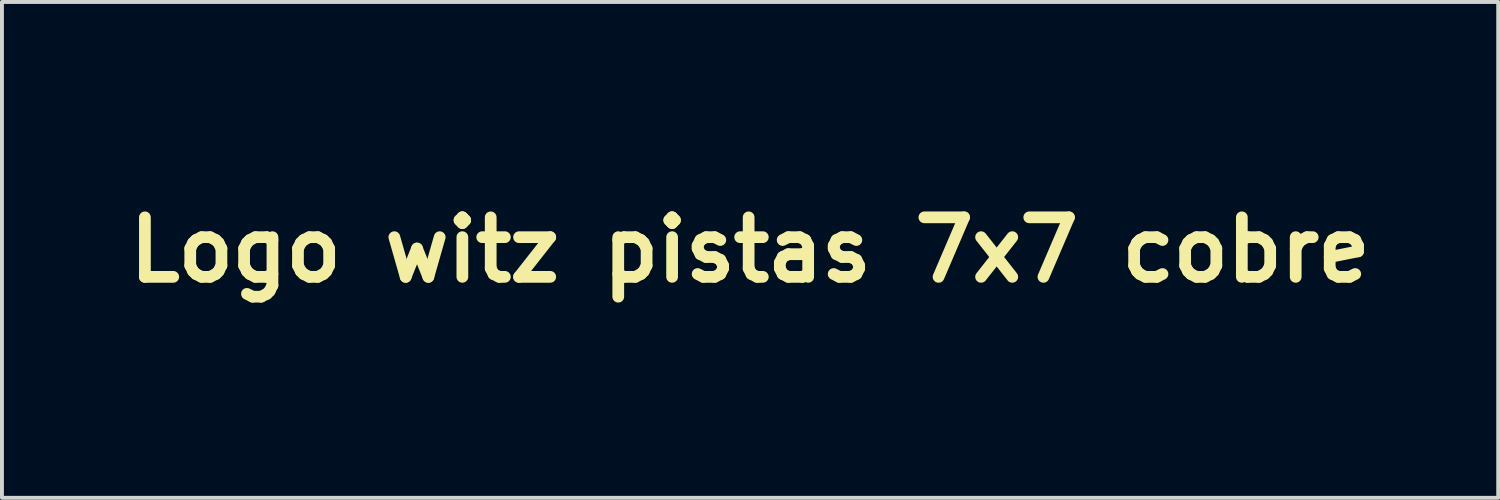
<source format=kicad_pcb>
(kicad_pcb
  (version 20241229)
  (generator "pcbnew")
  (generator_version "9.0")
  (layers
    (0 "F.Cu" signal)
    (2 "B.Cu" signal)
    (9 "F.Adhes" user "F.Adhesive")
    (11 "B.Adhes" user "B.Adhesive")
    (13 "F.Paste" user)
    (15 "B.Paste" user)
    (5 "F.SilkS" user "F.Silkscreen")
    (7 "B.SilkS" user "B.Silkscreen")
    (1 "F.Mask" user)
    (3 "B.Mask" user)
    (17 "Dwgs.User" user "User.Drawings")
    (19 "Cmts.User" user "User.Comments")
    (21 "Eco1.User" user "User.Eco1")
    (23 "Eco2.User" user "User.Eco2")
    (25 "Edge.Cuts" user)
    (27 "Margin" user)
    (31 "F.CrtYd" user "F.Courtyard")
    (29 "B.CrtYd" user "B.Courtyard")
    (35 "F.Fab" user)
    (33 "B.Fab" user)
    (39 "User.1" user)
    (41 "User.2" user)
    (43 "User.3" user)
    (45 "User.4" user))
  (footprint "Logo witz pistas 7x7 cobre"
    (layer "F.Cu")
    (at 16.154 3.349)
    (property "Reference" "Logo witz pistas 7x7 cobre" (at 0 0 0) (layer "F.SilkS") (effects (font (size 1.524 1.524) (thickness 0.3))))
    (attr through_hole)
    (fp_poly (pts (xy 1.618 -2.241) (xy 1.689 -2.232) (xy 1.754 -2.212) (xy 1.827 -2.18) (xy 1.92 -2.131) (xy 1.987 -2.087) (xy 2.043 -2.036) (xy 2.101 -1.968) (xy 2.108 -1.958) (xy 2.188 -1.822) (xy 2.236 -1.668) (xy 2.252 -1.506) (xy 2.237 -1.342) (xy 2.191 -1.187) (xy 2.115 -1.049) (xy 2.068 -0.992) (xy 1.951 -0.885) (xy 1.826 -0.814) (xy 1.686 -0.776) (xy 1.522 -0.767) (xy 1.488 -0.768) (xy 1.395 -0.774) (xy 1.312 -0.783) (xy 1.253 -0.791) (xy 1.241 -0.794) (xy 1.228 -0.796) (xy 1.213 -0.794) (xy 1.194 -0.786) (xy 1.169 -0.77) (xy 1.135 -0.744) (xy 1.091 -0.706) (xy 1.033 -0.653) (xy 0.96 -0.583) (xy 0.869 -0.495) (xy 0.759 -0.386) (xy 0.626 -0.255) (xy 0.469 -0.099) (xy 0.286 0.085) (xy 0.192 0.179) (xy -0.008 0.378) (xy -0.179 0.55) (xy -0.324 0.696) (xy -0.445 0.819) (xy -0.544 0.921) (xy -0.623 1.004) (xy -0.683 1.07) (xy -0.728 1.121) (xy -0.759 1.159) (xy -0.778 1.187) (xy -0.787 1.206) (xy -0.788 1.219) (xy -0.773 1.263) (xy -0.759 1.282) (xy -0.75 1.309) (xy -0.744 1.366) (xy -0.741 1.443) (xy -0.742 1.529) (xy -0.747 1.613) (xy -0.754 1.684) (xy -0.765 1.729) (xy -0.803 1.82) (xy -0.832 1.881) (xy -0.848 1.905) (xy -0.866 1.928) (xy -0.898 1.971) (xy -0.909 1.986) (xy -0.965 2.046) (xy -1.048 2.111) (xy -1.144 2.169) (xy -1.24 2.214) (xy -1.249 2.217) (xy -1.321 2.232) (xy -1.419 2.239) (xy -1.527 2.239) (xy -1.63 2.231) (xy -1.713 2.216) (xy -1.736 2.209) (xy -1.795 2.186) (xy -1.843 2.168) (xy -1.847 2.167) (xy -1.878 2.149) (xy -1.884 2.139) (xy -1.901 2.12) (xy -1.934 2.101) (xy -1.991 2.059) (xy -2.054 1.99) (xy -2.115 1.905) (xy -2.165 1.814) (xy -2.181 1.775) (xy -2.215 1.635) (xy -2.224 1.494) (xy -1.723 1.494) (xy -1.706 1.59) (xy -1.653 1.665) (xy -1.579 1.714) (xy -1.502 1.742) (xy -1.436 1.738) (xy -1.363 1.701) (xy -1.355 1.696) (xy -1.31 1.652) (xy -1.269 1.592) (xy -1.263 1.58) (xy -1.239 1.492) (xy -1.257 1.407) (xy -1.317 1.327) (xy -1.322 1.322) (xy -1.401 1.273) (xy -1.488 1.259) (xy -1.572 1.277) (xy -1.645 1.321) (xy -1.698 1.389) (xy -1.722 1.477) (xy -1.723 1.494) (xy -2.224 1.494) (xy -2.225 1.482) (xy -2.21 1.331) (xy -2.171 1.197) (xy -2.169 1.191) (xy -2.081 1.043) (xy -1.96 0.92) (xy -1.81 0.826) (xy -1.799 0.821) (xy -1.717 0.787) (xy -1.644 0.767) (xy -1.563 0.758) (xy -1.491 0.757) (xy -1.405 0.759) (xy -1.33 0.767) (xy -1.281 0.778) (xy -1.276 0.78) (xy -1.224 0.8) (xy -1.192 0.804) (xy -1.17 0.79) (xy -1.12 0.747) (xy -1.045 0.677) (xy -0.946 0.584) (xy -0.825 0.468) (xy -0.685 0.331) (xy -0.528 0.176) (xy -0.354 0.004) (xy -0.167 -0.182) (xy -0.161 -0.188) (xy 0.831 -1.181) (xy 0.797 -1.282) (xy 0.775 -1.373) (xy 0.765 -1.477) (xy 1.27 -1.477) (xy 1.297 -1.397) (xy 1.35 -1.326) (xy 1.42 -1.274) (xy 1.5 -1.25) (xy 1.51 -1.249) (xy 1.555 -1.258) (xy 1.613 -1.279) (xy 1.62 -1.282) (xy 1.689 -1.335) (xy 1.733 -1.411) (xy 1.751 -1.496) (xy 1.74 -1.581) (xy 1.697 -1.653) (xy 1.689 -1.661) (xy 1.601 -1.723) (xy 1.515 -1.744) (xy 1.438 -1.728) (xy 1.351 -1.676) (xy 1.295 -1.601) (xy 1.276 -1.555) (xy 1.27 -1.477) (xy 0.765 -1.477) (xy 0.764 -1.48) (xy 0.764 -1.586) (xy 0.776 -1.675) (xy 0.786 -1.708) (xy 0.86 -1.869) (xy 0.941 -1.992) (xy 1.031 -2.083) (xy 1.101 -2.129) (xy 1.15 -2.157) (xy 1.182 -2.177) (xy 1.185 -2.18) (xy 1.23 -2.205) (xy 1.307 -2.225) (xy 1.406 -2.238) (xy 1.516 -2.244) (xy 1.522 -2.244) (xy 1.618 -2.241)) (stroke (width 0.01) (type solid)) (fill yes) (layer "F.Mask"))
    (fp_poly (pts (xy 0.42 -3.344) (xy 0.79 -3.344) (xy 1.121 -3.344) (xy 1.417 -3.344) (xy 1.679 -3.344) (xy 1.909 -3.343) (xy 2.11 -3.342) (xy 2.284 -3.341) (xy 2.432 -3.34) (xy 2.557 -3.339) (xy 2.662 -3.337) (xy 2.747 -3.335) (xy 2.817 -3.333) (xy 2.871 -3.33) (xy 2.914 -3.326) (xy 2.946 -3.323) (xy 2.97 -3.318) (xy 2.988 -3.313) (xy 3.003 -3.308) (xy 3.016 -3.302) (xy 3.017 -3.302) (xy 3.133 -3.226) (xy 3.233 -3.122) (xy 3.301 -3.014) (xy 3.307 -3) (xy 3.313 -2.986) (xy 3.318 -2.969) (xy 3.322 -2.946) (xy 3.326 -2.917) (xy 3.329 -2.878) (xy 3.332 -2.827) (xy 3.335 -2.763) (xy 3.337 -2.682) (xy 3.338 -2.584) (xy 3.34 -2.466) (xy 3.341 -2.326) (xy 3.341 -2.161) (xy 3.342 -1.969) (xy 3.342 -1.749) (xy 3.342 -1.499) (xy 3.341 -1.215) (xy 3.341 -0.896) (xy 3.34 -0.54) (xy 3.34 -0.145) (xy 3.339 0.029) (xy 3.334 2.979) (xy 3.262 3.084) (xy 3.2 3.159) (xy 3.124 3.231) (xy 3.084 3.262) (xy 2.979 3.334) (xy 0.034 3.339) (xy -0.377 3.34) (xy -0.749 3.341) (xy -1.082 3.341) (xy -1.38 3.341) (xy -1.643 3.342) (xy -1.875 3.341) (xy -2.078 3.341) (xy -2.253 3.341) (xy -2.403 3.34) (xy -2.529 3.339) (xy -2.635 3.337) (xy -2.722 3.335) (xy -2.792 3.333) (xy -2.847 3.33) (xy -2.89 3.327) (xy -2.923 3.323) (xy -2.948 3.319) (xy -2.966 3.314) (xy -2.981 3.309) (xy -2.994 3.303) (xy -2.998 3.301) (xy -3.11 3.227) (xy -3.21 3.126) (xy -3.28 3.017) (xy -3.286 3.004) (xy -3.292 2.99) (xy -3.297 2.972) (xy -3.301 2.948) (xy -3.305 2.917) (xy -3.308 2.875) (xy -3.311 2.822) (xy -3.314 2.754) (xy -3.316 2.67) (xy -3.318 2.568) (xy -3.319 2.444) (xy -3.32 2.298) (xy -3.321 2.127) (xy -3.322 1.929) (xy -3.322 1.702) (xy -3.323 1.443) (xy -3.323 1.151) (xy -3.323 0.823) (xy -3.323 0.457) (xy -3.323 0.051) (xy -3.323 0.004) (xy -3.323 -0.407) (xy -3.323 -0.777) (xy -3.323 -1.109) (xy -3.323 -1.405) (xy -3.323 -1.632) (xy -3.215 -1.632) (xy -3.215 -1.361) (xy -3.215 -1.056) (xy -3.214 -0.716) (xy -3.213 -0.336) (xy -3.213 0.032) (xy -3.207 2.91) (xy -3.144 3.01) (xy -3.063 3.104) (xy -2.956 3.181) (xy -2.868 3.221) (xy -2.841 3.223) (xy -2.776 3.224) (xy -2.674 3.226) (xy -2.539 3.228) (xy -2.375 3.229) (xy -2.183 3.23) (xy -1.967 3.232) (xy -1.731 3.233) (xy -1.476 3.234) (xy -1.206 3.234) (xy -0.924 3.235) (xy -0.632 3.236) (xy -0.335 3.236) (xy -0.034 3.236) (xy 0.267 3.236) (xy 0.566 3.236) (xy 0.859 3.236) (xy 1.143 3.235) (xy 1.415 3.235) (xy 1.673 3.234) (xy 1.914 3.233) (xy 2.133 3.232) (xy 2.33 3.231) (xy 2.5 3.23) (xy 2.64 3.228) (xy 2.748 3.227) (xy 2.821 3.225) (xy 2.855 3.223) (xy 2.857 3.222) (xy 2.843 3.204) (xy 2.802 3.16) (xy 2.738 3.093) (xy 2.654 3.006) (xy 2.553 2.904) (xy 2.44 2.791) (xy 2.344 2.695) (xy 1.831 2.183) (xy 1.746 2.213) (xy 1.669 2.231) (xy 1.573 2.24) (xy 1.468 2.24) (xy 1.365 2.233) (xy 1.276 2.219) (xy 1.21 2.198) (xy 1.185 2.181) (xy 1.161 2.164) (xy 1.116 2.139) (xy 1.114 2.138) (xy 1.032 2.081) (xy 0.949 1.999) (xy 0.88 1.906) (xy 0.854 1.859) (xy 0.81 1.764) (xy 0.783 1.691) (xy 0.768 1.626) (xy 0.763 1.554) (xy 0.762 1.502) (xy 0.763 1.497) (xy 1.269 1.497) (xy 1.277 1.559) (xy 1.323 1.648) (xy 1.393 1.707) (xy 1.478 1.735) (xy 1.569 1.729) (xy 1.658 1.686) (xy 1.688 1.662) (xy 1.736 1.592) (xy 1.751 1.508) (xy 1.737 1.422) (xy 1.696 1.344) (xy 1.63 1.287) (xy 1.62 1.282) (xy 1.547 1.255) (xy 1.485 1.254) (xy 1.414 1.279) (xy 1.407 1.282) (xy 1.338 1.335) (xy 1.29 1.411) (xy 1.269 1.497) (xy 0.763 1.497) (xy 0.782 1.325) (xy 0.84 1.164) (xy 0.932 1.022) (xy 1.056 0.903) (xy 1.209 0.813) (xy 1.281 0.784) (xy 1.345 0.77) (xy 1.433 0.76) (xy 1.525 0.757) (xy 1.526 0.757) (xy 1.696 0.777) (xy 1.854 0.834) (xy 1.993 0.922) (xy 2.107 1.039) (xy 2.18 1.158) (xy 2.227 1.284) (xy 2.248 1.416) (xy 2.246 1.564) (xy 2.22 1.737) (xy 2.211 1.778) (xy 2.211 1.795) (xy 2.219 1.817) (xy 2.238 1.847) (xy 2.271 1.888) (xy 2.321 1.944) (xy 2.39 2.017) (xy 2.481 2.111) (xy 2.598 2.228) (xy 2.719 2.349) (xy 3.239 2.868) (xy 3.239 0.013) (xy 3.238 -0.428) (xy 3.238 -0.828) (xy 3.237 -1.188) (xy 3.237 -1.51) (xy 3.236 -1.795) (xy 3.234 -2.044) (xy 3.233 -2.26) (xy 3.231 -2.442) (xy 3.229 -2.593) (xy 3.226 -2.715) (xy 3.223 -2.807) (xy 3.22 -2.872) (xy 3.216 -2.912) (xy 3.214 -2.923) (xy 3.166 -3.021) (xy 3.087 -3.111) (xy 2.988 -3.182) (xy 2.961 -3.196) (xy 2.939 -3.205) (xy 2.915 -3.213) (xy 2.885 -3.219) (xy 2.845 -3.224) (xy 2.793 -3.228) (xy 2.723 -3.232) (xy 2.634 -3.234) (xy 2.52 -3.236) (xy 2.379 -3.237) (xy 2.206 -3.238) (xy 1.999 -3.238) (xy 1.752 -3.238) (xy 1.746 -3.238) (xy 0.623 -3.239) (xy -0.801 -1.812) (xy -0.771 -1.74) (xy -0.755 -1.675) (xy -0.744 -1.582) (xy -0.741 -1.49) (xy -0.744 -1.387) (xy -0.754 -1.309) (xy -0.776 -1.239) (xy -0.793 -1.198) (xy -0.832 -1.129) (xy -0.883 -1.054) (xy -0.94 -0.982) (xy -0.996 -0.921) (xy -1.043 -0.88) (xy -1.071 -0.868) (xy -1.098 -0.856) (xy -1.101 -0.848) (xy -1.119 -0.831) (xy -1.165 -0.816) (xy -1.175 -0.813) (xy -1.228 -0.799) (xy -1.259 -0.783) (xy -1.261 -0.781) (xy -1.289 -0.769) (xy -1.349 -0.762) (xy -1.431 -0.761) (xy -1.523 -0.764) (xy -1.616 -0.772) (xy -1.7 -0.783) (xy -1.763 -0.799) (xy -1.765 -0.799) (xy -1.871 -0.852) (xy -1.977 -0.936) (xy -2.073 -1.038) (xy -2.148 -1.147) (xy -2.178 -1.213) (xy -2.212 -1.352) (xy -2.223 -1.506) (xy -2.221 -1.534) (xy -1.723 -1.534) (xy -1.72 -1.456) (xy -1.685 -1.377) (xy -1.625 -1.311) (xy -1.586 -1.286) (xy -1.524 -1.258) (xy -1.478 -1.251) (xy -1.426 -1.263) (xy -1.404 -1.271) (xy -1.326 -1.317) (xy -1.27 -1.392) (xy -1.252 -1.43) (xy -1.24 -1.511) (xy -1.264 -1.593) (xy -1.317 -1.666) (xy -1.395 -1.722) (xy -1.432 -1.737) (xy -1.484 -1.748) (xy -1.53 -1.74) (xy -1.583 -1.714) (xy -1.655 -1.665) (xy -1.698 -1.609) (xy -1.723 -1.534) (xy -2.221 -1.534) (xy -2.211 -1.658) (xy -2.181 -1.775) (xy -2.14 -1.863) (xy -2.083 -1.953) (xy -2.02 -2.032) (xy -1.959 -2.087) (xy -1.941 -2.099) (xy -1.901 -2.123) (xy -1.884 -2.137) (xy -1.835 -2.173) (xy -1.754 -2.203) (xy -1.653 -2.226) (xy -1.541 -2.239) (xy -1.429 -2.243) (xy -1.328 -2.235) (xy -1.251 -2.215) (xy -1.17 -2.183) (xy -0.641 -2.711) (xy -0.113 -3.239) (xy -1.476 -3.239) (xy -1.75 -3.238) (xy -1.985 -3.238) (xy -2.185 -3.238) (xy -2.351 -3.237) (xy -2.489 -3.236) (xy -2.6 -3.234) (xy -2.689 -3.232) (xy -2.758 -3.229) (xy -2.811 -3.225) (xy -2.85 -3.22) (xy -2.88 -3.214) (xy -2.904 -3.208) (xy -2.924 -3.2) (xy -2.929 -3.197) (xy -3.003 -3.155) (xy -3.072 -3.101) (xy -3.086 -3.088) (xy -3.105 -3.07) (xy -3.121 -3.054) (xy -3.136 -3.038) (xy -3.15 -3.021) (xy -3.161 -2.999) (xy -3.172 -2.971) (xy -3.181 -2.934) (xy -3.188 -2.886) (xy -3.195 -2.826) (xy -3.2 -2.751) (xy -3.205 -2.66) (xy -3.208 -2.548) (xy -3.211 -2.416) (xy -3.213 -2.26) (xy -3.214 -2.079) (xy -3.215 -1.87) (xy -3.215 -1.632) (xy -3.323 -1.632) (xy -3.322 -1.667) (xy -3.322 -1.898) (xy -3.321 -2.099) (xy -3.32 -2.273) (xy -3.319 -2.422) (xy -3.318 -2.548) (xy -3.316 -2.652) (xy -3.314 -2.739) (xy -3.312 -2.808) (xy -3.309 -2.863) (xy -3.305 -2.906) (xy -3.302 -2.939) (xy -3.297 -2.963) (xy -3.292 -2.982) (xy -3.287 -2.997) (xy -3.281 -3.011) (xy -3.28 -3.014) (xy -3.205 -3.131) (xy -3.102 -3.233) (xy -2.996 -3.302) (xy -2.983 -3.308) (xy -2.968 -3.313) (xy -2.951 -3.318) (xy -2.927 -3.322) (xy -2.896 -3.326) (xy -2.854 -3.329) (xy -2.801 -3.332) (xy -2.733 -3.335) (xy -2.649 -3.337) (xy -2.546 -3.339) (xy -2.422 -3.34) (xy -2.276 -3.341) (xy -2.105 -3.342) (xy -1.907 -3.343) (xy -1.679 -3.344) (xy -1.42 -3.344) (xy -1.127 -3.344) (xy -0.799 -3.344) (xy -0.433 -3.344) (xy -0.026 -3.344) (xy 0.011 -3.344) (xy 0.42 -3.344)) (stroke (width 0.01) (type solid)) (fill yes) (layer "F.Mask")))
  (gr_rect
    (start -3 -3)
    (end 35.309 9.696)
    (stroke (width 0.1) (type default))
    (fill no)
    (layer "Edge.Cuts")))
</source>
